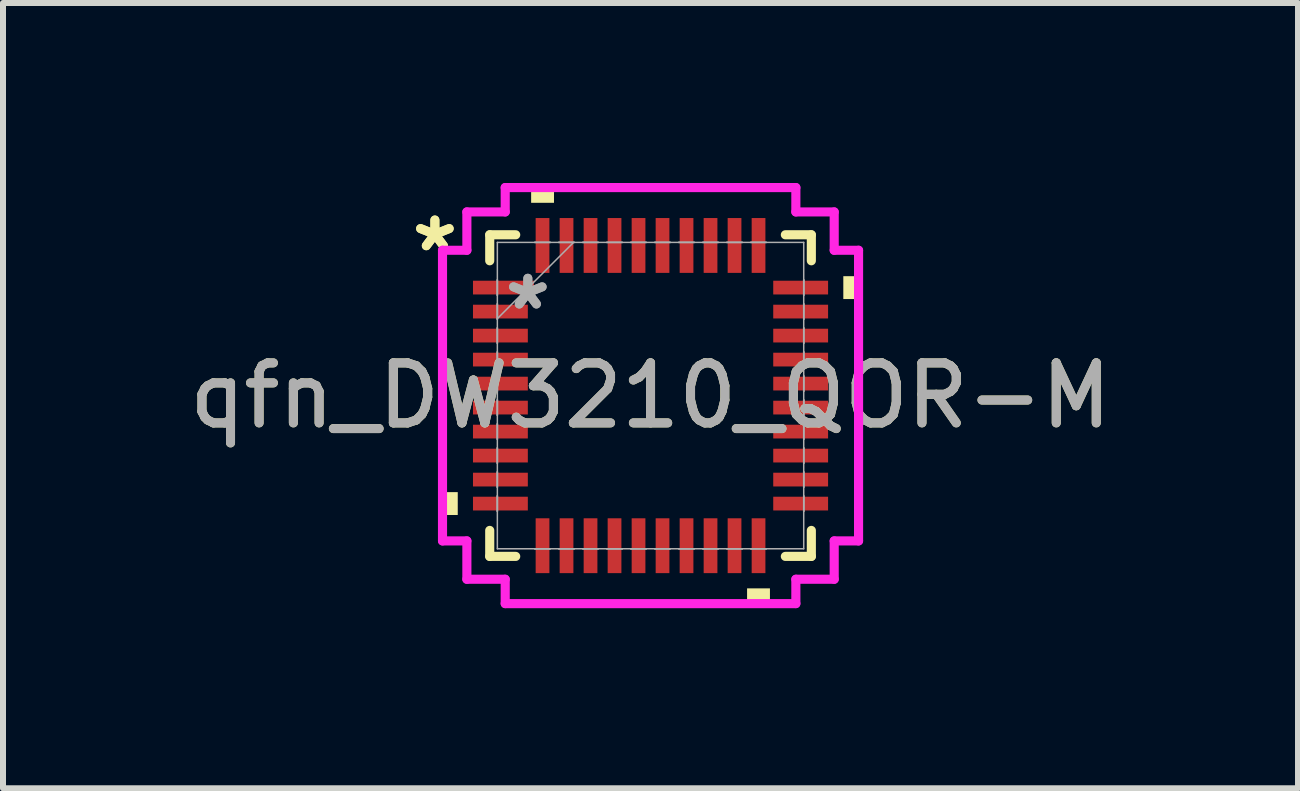
<source format=kicad_pcb>
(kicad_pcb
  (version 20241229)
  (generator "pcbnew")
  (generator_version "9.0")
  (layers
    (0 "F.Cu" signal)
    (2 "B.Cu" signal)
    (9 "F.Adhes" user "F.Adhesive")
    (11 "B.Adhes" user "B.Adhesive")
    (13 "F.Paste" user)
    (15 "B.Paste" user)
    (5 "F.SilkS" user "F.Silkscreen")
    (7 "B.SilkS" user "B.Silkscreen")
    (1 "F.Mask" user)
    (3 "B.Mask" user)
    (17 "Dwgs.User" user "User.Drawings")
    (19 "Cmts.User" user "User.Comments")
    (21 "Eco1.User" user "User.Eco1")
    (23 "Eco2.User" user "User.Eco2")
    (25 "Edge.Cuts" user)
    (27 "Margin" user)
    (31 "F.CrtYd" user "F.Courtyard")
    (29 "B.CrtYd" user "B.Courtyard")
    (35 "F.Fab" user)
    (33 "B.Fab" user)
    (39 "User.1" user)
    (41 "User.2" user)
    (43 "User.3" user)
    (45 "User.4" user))
  (footprint "qfn_DW3210_QOR-M"
    (layer "F.Cu")
    (at 7.792 3.543)
    (property "Reference" "qfn_DW3210_QOR-M" (at 0 0 0) (unlocked yes) (layer "F.SilkS") (effects (font (size 1 1) (thickness 0.15))))
    (attr smd)
    (fp_line (start -2.68 -2.68) (end -2.68 -2.247) (stroke (width 0.152) (type solid)) (layer "F.SilkS"))
    (fp_line (start -2.68 2.247) (end -2.68 2.68) (stroke (width 0.152) (type solid)) (layer "F.SilkS"))
    (fp_line (start -2.68 2.68) (end -2.247 2.68) (stroke (width 0.152) (type solid)) (layer "F.SilkS"))
    (fp_line (start -2.247 -2.68) (end -2.68 -2.68) (stroke (width 0.152) (type solid)) (layer "F.SilkS"))
    (fp_line (start 2.247 2.68) (end 2.68 2.68) (stroke (width 0.152) (type solid)) (layer "F.SilkS"))
    (fp_line (start 2.68 -2.68) (end 2.247 -2.68) (stroke (width 0.152) (type solid)) (layer "F.SilkS"))
    (fp_line (start 2.68 -2.247) (end 2.68 -2.68) (stroke (width 0.152) (type solid)) (layer "F.SilkS"))
    (fp_line (start 2.68 2.68) (end 2.68 2.247) (stroke (width 0.152) (type solid)) (layer "F.SilkS"))
    (fp_poly (pts (xy -3.467 1.609) (xy -3.467 1.99) (xy -3.213 1.99) (xy -3.213 1.609)) (stroke (width 0) (type solid)) (fill yes) (layer "F.SilkS"))
    (fp_poly (pts (xy -1.99 -3.213) (xy -1.99 -3.467) (xy -1.609 -3.467) (xy -1.609 -3.213)) (stroke (width 0) (type solid)) (fill yes) (layer "F.SilkS"))
    (fp_poly (pts (xy 1.609 3.213) (xy 1.609 3.467) (xy 1.99 3.467) (xy 1.99 3.213)) (stroke (width 0) (type solid)) (fill yes) (layer "F.SilkS"))
    (fp_poly (pts (xy 3.467 -1.99) (xy 3.467 -1.609) (xy 3.213 -1.609) (xy 3.213 -1.99)) (stroke (width 0) (type solid)) (fill yes) (layer "F.SilkS"))
    (fp_line (start -3.467 -2.422) (end -3.061 -2.422) (stroke (width 0.152) (type solid)) (layer "F.CrtYd"))
    (fp_line (start -3.467 2.422) (end -3.467 -2.422) (stroke (width 0.152) (type solid)) (layer "F.CrtYd"))
    (fp_line (start -3.467 2.422) (end -3.061 2.422) (stroke (width 0.152) (type solid)) (layer "F.CrtYd"))
    (fp_line (start -3.061 -3.061) (end -2.422 -3.061) (stroke (width 0.152) (type solid)) (layer "F.CrtYd"))
    (fp_line (start -3.061 -2.422) (end -3.061 -3.061) (stroke (width 0.152) (type solid)) (layer "F.CrtYd"))
    (fp_line (start -3.061 3.061) (end -3.061 2.422) (stroke (width 0.152) (type solid)) (layer "F.CrtYd"))
    (fp_line (start -2.422 -3.467) (end 2.422 -3.467) (stroke (width 0.152) (type solid)) (layer "F.CrtYd"))
    (fp_line (start -2.422 -3.061) (end -2.422 -3.467) (stroke (width 0.152) (type solid)) (layer "F.CrtYd"))
    (fp_line (start -2.422 3.061) (end -3.061 3.061) (stroke (width 0.152) (type solid)) (layer "F.CrtYd"))
    (fp_line (start -2.422 3.467) (end -2.422 3.061) (stroke (width 0.152) (type solid)) (layer "F.CrtYd"))
    (fp_line (start 2.422 -3.467) (end 2.422 -3.061) (stroke (width 0.152) (type solid)) (layer "F.CrtYd"))
    (fp_line (start 2.422 -3.061) (end 3.061 -3.061) (stroke (width 0.152) (type solid)) (layer "F.CrtYd"))
    (fp_line (start 2.422 3.061) (end 2.422 3.467) (stroke (width 0.152) (type solid)) (layer "F.CrtYd"))
    (fp_line (start 2.422 3.467) (end -2.422 3.467) (stroke (width 0.152) (type solid)) (layer "F.CrtYd"))
    (fp_line (start 3.061 -3.061) (end 3.061 -2.422) (stroke (width 0.152) (type solid)) (layer "F.CrtYd"))
    (fp_line (start 3.061 -2.422) (end 3.467 -2.422) (stroke (width 0.152) (type solid)) (layer "F.CrtYd"))
    (fp_line (start 3.061 2.422) (end 3.061 3.061) (stroke (width 0.152) (type solid)) (layer "F.CrtYd"))
    (fp_line (start 3.061 3.061) (end 2.422 3.061) (stroke (width 0.152) (type solid)) (layer "F.CrtYd"))
    (fp_line (start 3.467 -2.422) (end 3.467 2.422) (stroke (width 0.152) (type solid)) (layer "F.CrtYd"))
    (fp_line (start 3.467 2.422) (end 3.061 2.422) (stroke (width 0.152) (type solid)) (layer "F.CrtYd"))
    (fp_line (start -2.553 -2.553) (end -2.553 2.553) (stroke (width 0.025) (type solid)) (layer "F.Fab"))
    (fp_line (start -2.553 -1.927) (end -2.553 -1.927) (stroke (width 0.025) (type solid)) (layer "F.Fab"))
    (fp_line (start -2.553 -1.927) (end -2.553 -1.673) (stroke (width 0.025) (type solid)) (layer "F.Fab"))
    (fp_line (start -2.553 -1.673) (end -2.553 -1.927) (stroke (width 0.025) (type solid)) (layer "F.Fab"))
    (fp_line (start -2.553 -1.673) (end -2.553 -1.673) (stroke (width 0.025) (type solid)) (layer "F.Fab"))
    (fp_line (start -2.553 -1.527) (end -2.553 -1.527) (stroke (width 0.025) (type solid)) (layer "F.Fab"))
    (fp_line (start -2.553 -1.527) (end -2.553 -1.273) (stroke (width 0.025) (type solid)) (layer "F.Fab"))
    (fp_line (start -2.553 -1.283) (end -1.283 -2.553) (stroke (width 0.025) (type solid)) (layer "F.Fab"))
    (fp_line (start -2.553 -1.273) (end -2.553 -1.527) (stroke (width 0.025) (type solid)) (layer "F.Fab"))
    (fp_line (start -2.553 -1.273) (end -2.553 -1.273) (stroke (width 0.025) (type solid)) (layer "F.Fab"))
    (fp_line (start -2.553 -1.127) (end -2.553 -1.127) (stroke (width 0.025) (type solid)) (layer "F.Fab"))
    (fp_line (start -2.553 -1.127) (end -2.553 -0.873) (stroke (width 0.025) (type solid)) (layer "F.Fab"))
    (fp_line (start -2.553 -0.873) (end -2.553 -1.127) (stroke (width 0.025) (type solid)) (layer "F.Fab"))
    (fp_line (start -2.553 -0.873) (end -2.553 -0.873) (stroke (width 0.025) (type solid)) (layer "F.Fab"))
    (fp_line (start -2.553 -0.727) (end -2.553 -0.727) (stroke (width 0.025) (type solid)) (layer "F.Fab"))
    (fp_line (start -2.553 -0.727) (end -2.553 -0.473) (stroke (width 0.025) (type solid)) (layer "F.Fab"))
    (fp_line (start -2.553 -0.473) (end -2.553 -0.727) (stroke (width 0.025) (type solid)) (layer "F.Fab"))
    (fp_line (start -2.553 -0.473) (end -2.553 -0.473) (stroke (width 0.025) (type solid)) (layer "F.Fab"))
    (fp_line (start -2.553 -0.327) (end -2.553 -0.327) (stroke (width 0.025) (type solid)) (layer "F.Fab"))
    (fp_line (start -2.553 -0.327) (end -2.553 -0.073) (stroke (width 0.025) (type solid)) (layer "F.Fab"))
    (fp_line (start -2.553 -0.073) (end -2.553 -0.327) (stroke (width 0.025) (type solid)) (layer "F.Fab"))
    (fp_line (start -2.553 -0.073) (end -2.553 -0.073) (stroke (width 0.025) (type solid)) (layer "F.Fab"))
    (fp_line (start -2.553 0.073) (end -2.553 0.073) (stroke (width 0.025) (type solid)) (layer "F.Fab"))
    (fp_line (start -2.553 0.073) (end -2.553 0.327) (stroke (width 0.025) (type solid)) (layer "F.Fab"))
    (fp_line (start -2.553 0.327) (end -2.553 0.073) (stroke (width 0.025) (type solid)) (layer "F.Fab"))
    (fp_line (start -2.553 0.327) (end -2.553 0.327) (stroke (width 0.025) (type solid)) (layer "F.Fab"))
    (fp_line (start -2.553 0.473) (end -2.553 0.473) (stroke (width 0.025) (type solid)) (layer "F.Fab"))
    (fp_line (start -2.553 0.473) (end -2.553 0.727) (stroke (width 0.025) (type solid)) (layer "F.Fab"))
    (fp_line (start -2.553 0.727) (end -2.553 0.473) (stroke (width 0.025) (type solid)) (layer "F.Fab"))
    (fp_line (start -2.553 0.727) (end -2.553 0.727) (stroke (width 0.025) (type solid)) (layer "F.Fab"))
    (fp_line (start -2.553 0.873) (end -2.553 0.873) (stroke (width 0.025) (type solid)) (layer "F.Fab"))
    (fp_line (start -2.553 0.873) (end -2.553 1.127) (stroke (width 0.025) (type solid)) (layer "F.Fab"))
    (fp_line (start -2.553 1.127) (end -2.553 0.873) (stroke (width 0.025) (type solid)) (layer "F.Fab"))
    (fp_line (start -2.553 1.127) (end -2.553 1.127) (stroke (width 0.025) (type solid)) (layer "F.Fab"))
    (fp_line (start -2.553 1.273) (end -2.553 1.273) (stroke (width 0.025) (type solid)) (layer "F.Fab"))
    (fp_line (start -2.553 1.273) (end -2.553 1.527) (stroke (width 0.025) (type solid)) (layer "F.Fab"))
    (fp_line (start -2.553 1.527) (end -2.553 1.273) (stroke (width 0.025) (type solid)) (layer "F.Fab"))
    (fp_line (start -2.553 1.527) (end -2.553 1.527) (stroke (width 0.025) (type solid)) (layer "F.Fab"))
    (fp_line (start -2.553 1.673) (end -2.553 1.673) (stroke (width 0.025) (type solid)) (layer "F.Fab"))
    (fp_line (start -2.553 1.673) (end -2.553 1.927) (stroke (width 0.025) (type solid)) (layer "F.Fab"))
    (fp_line (start -2.553 1.927) (end -2.553 1.673) (stroke (width 0.025) (type solid)) (layer "F.Fab"))
    (fp_line (start -2.553 1.927) (end -2.553 1.927) (stroke (width 0.025) (type solid)) (layer "F.Fab"))
    (fp_line (start -2.553 2.553) (end 2.553 2.553) (stroke (width 0.025) (type solid)) (layer "F.Fab"))
    (fp_line (start -1.927 -2.553) (end -1.927 -2.553) (stroke (width 0.025) (type solid)) (layer "F.Fab"))
    (fp_line (start -1.927 -2.553) (end -1.673 -2.553) (stroke (width 0.025) (type solid)) (layer "F.Fab"))
    (fp_line (start -1.927 2.553) (end -1.927 2.553) (stroke (width 0.025) (type solid)) (layer "F.Fab"))
    (fp_line (start -1.927 2.553) (end -1.673 2.553) (stroke (width 0.025) (type solid)) (layer "F.Fab"))
    (fp_line (start -1.673 -2.553) (end -1.927 -2.553) (stroke (width 0.025) (type solid)) (layer "F.Fab"))
    (fp_line (start -1.673 -2.553) (end -1.673 -2.553) (stroke (width 0.025) (type solid)) (layer "F.Fab"))
    (fp_line (start -1.673 2.553) (end -1.927 2.553) (stroke (width 0.025) (type solid)) (layer "F.Fab"))
    (fp_line (start -1.673 2.553) (end -1.673 2.553) (stroke (width 0.025) (type solid)) (layer "F.Fab"))
    (fp_line (start -1.527 -2.553) (end -1.527 -2.553) (stroke (width 0.025) (type solid)) (layer "F.Fab"))
    (fp_line (start -1.527 -2.553) (end -1.273 -2.553) (stroke (width 0.025) (type solid)) (layer "F.Fab"))
    (fp_line (start -1.527 2.553) (end -1.527 2.553) (stroke (width 0.025) (type solid)) (layer "F.Fab"))
    (fp_line (start -1.527 2.553) (end -1.273 2.553) (stroke (width 0.025) (type solid)) (layer "F.Fab"))
    (fp_line (start -1.273 -2.553) (end -1.527 -2.553) (stroke (width 0.025) (type solid)) (layer "F.Fab"))
    (fp_line (start -1.273 -2.553) (end -1.273 -2.553) (stroke (width 0.025) (type solid)) (layer "F.Fab"))
    (fp_line (start -1.273 2.553) (end -1.527 2.553) (stroke (width 0.025) (type solid)) (layer "F.Fab"))
    (fp_line (start -1.273 2.553) (end -1.273 2.553) (stroke (width 0.025) (type solid)) (layer "F.Fab"))
    (fp_line (start -1.127 -2.553) (end -1.127 -2.553) (stroke (width 0.025) (type solid)) (layer "F.Fab"))
    (fp_line (start -1.127 -2.553) (end -0.873 -2.553) (stroke (width 0.025) (type solid)) (layer "F.Fab"))
    (fp_line (start -1.127 2.553) (end -1.127 2.553) (stroke (width 0.025) (type solid)) (layer "F.Fab"))
    (fp_line (start -1.127 2.553) (end -0.873 2.553) (stroke (width 0.025) (type solid)) (layer "F.Fab"))
    (fp_line (start -0.873 -2.553) (end -1.127 -2.553) (stroke (width 0.025) (type solid)) (layer "F.Fab"))
    (fp_line (start -0.873 -2.553) (end -0.873 -2.553) (stroke (width 0.025) (type solid)) (layer "F.Fab"))
    (fp_line (start -0.873 2.553) (end -1.127 2.553) (stroke (width 0.025) (type solid)) (layer "F.Fab"))
    (fp_line (start -0.873 2.553) (end -0.873 2.553) (stroke (width 0.025) (type solid)) (layer "F.Fab"))
    (fp_line (start -0.727 -2.553) (end -0.727 -2.553) (stroke (width 0.025) (type solid)) (layer "F.Fab"))
    (fp_line (start -0.727 -2.553) (end -0.473 -2.553) (stroke (width 0.025) (type solid)) (layer "F.Fab"))
    (fp_line (start -0.727 2.553) (end -0.727 2.553) (stroke (width 0.025) (type solid)) (layer "F.Fab"))
    (fp_line (start -0.727 2.553) (end -0.473 2.553) (stroke (width 0.025) (type solid)) (layer "F.Fab"))
    (fp_line (start -0.473 -2.553) (end -0.727 -2.553) (stroke (width 0.025) (type solid)) (layer "F.Fab"))
    (fp_line (start -0.473 -2.553) (end -0.473 -2.553) (stroke (width 0.025) (type solid)) (layer "F.Fab"))
    (fp_line (start -0.473 2.553) (end -0.727 2.553) (stroke (width 0.025) (type solid)) (layer "F.Fab"))
    (fp_line (start -0.473 2.553) (end -0.473 2.553) (stroke (width 0.025) (type solid)) (layer "F.Fab"))
    (fp_line (start -0.327 -2.553) (end -0.327 -2.553) (stroke (width 0.025) (type solid)) (layer "F.Fab"))
    (fp_line (start -0.327 -2.553) (end -0.073 -2.553) (stroke (width 0.025) (type solid)) (layer "F.Fab"))
    (fp_line (start -0.327 2.553) (end -0.327 2.553) (stroke (width 0.025) (type solid)) (layer "F.Fab"))
    (fp_line (start -0.327 2.553) (end -0.073 2.553) (stroke (width 0.025) (type solid)) (layer "F.Fab"))
    (fp_line (start -0.073 -2.553) (end -0.327 -2.553) (stroke (width 0.025) (type solid)) (layer "F.Fab"))
    (fp_line (start -0.073 -2.553) (end -0.073 -2.553) (stroke (width 0.025) (type solid)) (layer "F.Fab"))
    (fp_line (start -0.073 2.553) (end -0.327 2.553) (stroke (width 0.025) (type solid)) (layer "F.Fab"))
    (fp_line (start -0.073 2.553) (end -0.073 2.553) (stroke (width 0.025) (type solid)) (layer "F.Fab"))
    (fp_line (start 0.073 -2.553) (end 0.073 -2.553) (stroke (width 0.025) (type solid)) (layer "F.Fab"))
    (fp_line (start 0.073 -2.553) (end 0.327 -2.553) (stroke (width 0.025) (type solid)) (layer "F.Fab"))
    (fp_line (start 0.073 2.553) (end 0.073 2.553) (stroke (width 0.025) (type solid)) (layer "F.Fab"))
    (fp_line (start 0.073 2.553) (end 0.327 2.553) (stroke (width 0.025) (type solid)) (layer "F.Fab"))
    (fp_line (start 0.327 -2.553) (end 0.073 -2.553) (stroke (width 0.025) (type solid)) (layer "F.Fab"))
    (fp_line (start 0.327 -2.553) (end 0.327 -2.553) (stroke (width 0.025) (type solid)) (layer "F.Fab"))
    (fp_line (start 0.327 2.553) (end 0.073 2.553) (stroke (width 0.025) (type solid)) (layer "F.Fab"))
    (fp_line (start 0.327 2.553) (end 0.327 2.553) (stroke (width 0.025) (type solid)) (layer "F.Fab"))
    (fp_line (start 0.473 -2.553) (end 0.473 -2.553) (stroke (width 0.025) (type solid)) (layer "F.Fab"))
    (fp_line (start 0.473 -2.553) (end 0.727 -2.553) (stroke (width 0.025) (type solid)) (layer "F.Fab"))
    (fp_line (start 0.473 2.553) (end 0.473 2.553) (stroke (width 0.025) (type solid)) (layer "F.Fab"))
    (fp_line (start 0.473 2.553) (end 0.727 2.553) (stroke (width 0.025) (type solid)) (layer "F.Fab"))
    (fp_line (start 0.727 -2.553) (end 0.473 -2.553) (stroke (width 0.025) (type solid)) (layer "F.Fab"))
    (fp_line (start 0.727 -2.553) (end 0.727 -2.553) (stroke (width 0.025) (type solid)) (layer "F.Fab"))
    (fp_line (start 0.727 2.553) (end 0.473 2.553) (stroke (width 0.025) (type solid)) (layer "F.Fab"))
    (fp_line (start 0.727 2.553) (end 0.727 2.553) (stroke (width 0.025) (type solid)) (layer "F.Fab"))
    (fp_line (start 0.873 -2.553) (end 0.873 -2.553) (stroke (width 0.025) (type solid)) (layer "F.Fab"))
    (fp_line (start 0.873 -2.553) (end 1.127 -2.553) (stroke (width 0.025) (type solid)) (layer "F.Fab"))
    (fp_line (start 0.873 2.553) (end 0.873 2.553) (stroke (width 0.025) (type solid)) (layer "F.Fab"))
    (fp_line (start 0.873 2.553) (end 1.127 2.553) (stroke (width 0.025) (type solid)) (layer "F.Fab"))
    (fp_line (start 1.127 -2.553) (end 0.873 -2.553) (stroke (width 0.025) (type solid)) (layer "F.Fab"))
    (fp_line (start 1.127 -2.553) (end 1.127 -2.553) (stroke (width 0.025) (type solid)) (layer "F.Fab"))
    (fp_line (start 1.127 2.553) (end 0.873 2.553) (stroke (width 0.025) (type solid)) (layer "F.Fab"))
    (fp_line (start 1.127 2.553) (end 1.127 2.553) (stroke (width 0.025) (type solid)) (layer "F.Fab"))
    (fp_line (start 1.273 -2.553) (end 1.273 -2.553) (stroke (width 0.025) (type solid)) (layer "F.Fab"))
    (fp_line (start 1.273 -2.553) (end 1.527 -2.553) (stroke (width 0.025) (type solid)) (layer "F.Fab"))
    (fp_line (start 1.273 2.553) (end 1.273 2.553) (stroke (width 0.025) (type solid)) (layer "F.Fab"))
    (fp_line (start 1.273 2.553) (end 1.527 2.553) (stroke (width 0.025) (type solid)) (layer "F.Fab"))
    (fp_line (start 1.527 -2.553) (end 1.273 -2.553) (stroke (width 0.025) (type solid)) (layer "F.Fab"))
    (fp_line (start 1.527 -2.553) (end 1.527 -2.553) (stroke (width 0.025) (type solid)) (layer "F.Fab"))
    (fp_line (start 1.527 2.553) (end 1.273 2.553) (stroke (width 0.025) (type solid)) (layer "F.Fab"))
    (fp_line (start 1.527 2.553) (end 1.527 2.553) (stroke (width 0.025) (type solid)) (layer "F.Fab"))
    (fp_line (start 1.673 -2.553) (end 1.673 -2.553) (stroke (width 0.025) (type solid)) (layer "F.Fab"))
    (fp_line (start 1.673 -2.553) (end 1.927 -2.553) (stroke (width 0.025) (type solid)) (layer "F.Fab"))
    (fp_line (start 1.673 2.553) (end 1.673 2.553) (stroke (width 0.025) (type solid)) (layer "F.Fab"))
    (fp_line (start 1.673 2.553) (end 1.927 2.553) (stroke (width 0.025) (type solid)) (layer "F.Fab"))
    (fp_line (start 1.927 -2.553) (end 1.673 -2.553) (stroke (width 0.025) (type solid)) (layer "F.Fab"))
    (fp_line (start 1.927 -2.553) (end 1.927 -2.553) (stroke (width 0.025) (type solid)) (layer "F.Fab"))
    (fp_line (start 1.927 2.553) (end 1.673 2.553) (stroke (width 0.025) (type solid)) (layer "F.Fab"))
    (fp_line (start 1.927 2.553) (end 1.927 2.553) (stroke (width 0.025) (type solid)) (layer "F.Fab"))
    (fp_line (start 2.553 -2.553) (end -2.553 -2.553) (stroke (width 0.025) (type solid)) (layer "F.Fab"))
    (fp_line (start 2.553 -1.927) (end 2.553 -1.927) (stroke (width 0.025) (type solid)) (layer "F.Fab"))
    (fp_line (start 2.553 -1.927) (end 2.553 -1.673) (stroke (width 0.025) (type solid)) (layer "F.Fab"))
    (fp_line (start 2.553 -1.673) (end 2.553 -1.927) (stroke (width 0.025) (type solid)) (layer "F.Fab"))
    (fp_line (start 2.553 -1.673) (end 2.553 -1.673) (stroke (width 0.025) (type solid)) (layer "F.Fab"))
    (fp_line (start 2.553 -1.527) (end 2.553 -1.527) (stroke (width 0.025) (type solid)) (layer "F.Fab"))
    (fp_line (start 2.553 -1.527) (end 2.553 -1.273) (stroke (width 0.025) (type solid)) (layer "F.Fab"))
    (fp_line (start 2.553 -1.273) (end 2.553 -1.527) (stroke (width 0.025) (type solid)) (layer "F.Fab"))
    (fp_line (start 2.553 -1.273) (end 2.553 -1.273) (stroke (width 0.025) (type solid)) (layer "F.Fab"))
    (fp_line (start 2.553 -1.127) (end 2.553 -1.127) (stroke (width 0.025) (type solid)) (layer "F.Fab"))
    (fp_line (start 2.553 -1.127) (end 2.553 -0.873) (stroke (width 0.025) (type solid)) (layer "F.Fab"))
    (fp_line (start 2.553 -0.873) (end 2.553 -1.127) (stroke (width 0.025) (type solid)) (layer "F.Fab"))
    (fp_line (start 2.553 -0.873) (end 2.553 -0.873) (stroke (width 0.025) (type solid)) (layer "F.Fab"))
    (fp_line (start 2.553 -0.727) (end 2.553 -0.727) (stroke (width 0.025) (type solid)) (layer "F.Fab"))
    (fp_line (start 2.553 -0.727) (end 2.553 -0.473) (stroke (width 0.025) (type solid)) (layer "F.Fab"))
    (fp_line (start 2.553 -0.473) (end 2.553 -0.727) (stroke (width 0.025) (type solid)) (layer "F.Fab"))
    (fp_line (start 2.553 -0.473) (end 2.553 -0.473) (stroke (width 0.025) (type solid)) (layer "F.Fab"))
    (fp_line (start 2.553 -0.327) (end 2.553 -0.327) (stroke (width 0.025) (type solid)) (layer "F.Fab"))
    (fp_line (start 2.553 -0.327) (end 2.553 -0.073) (stroke (width 0.025) (type solid)) (layer "F.Fab"))
    (fp_line (start 2.553 -0.073) (end 2.553 -0.327) (stroke (width 0.025) (type solid)) (layer "F.Fab"))
    (fp_line (start 2.553 -0.073) (end 2.553 -0.073) (stroke (width 0.025) (type solid)) (layer "F.Fab"))
    (fp_line (start 2.553 0.073) (end 2.553 0.073) (stroke (width 0.025) (type solid)) (layer "F.Fab"))
    (fp_line (start 2.553 0.073) (end 2.553 0.327) (stroke (width 0.025) (type solid)) (layer "F.Fab"))
    (fp_line (start 2.553 0.327) (end 2.553 0.073) (stroke (width 0.025) (type solid)) (layer "F.Fab"))
    (fp_line (start 2.553 0.327) (end 2.553 0.327) (stroke (width 0.025) (type solid)) (layer "F.Fab"))
    (fp_line (start 2.553 0.473) (end 2.553 0.473) (stroke (width 0.025) (type solid)) (layer "F.Fab"))
    (fp_line (start 2.553 0.473) (end 2.553 0.727) (stroke (width 0.025) (type solid)) (layer "F.Fab"))
    (fp_line (start 2.553 0.727) (end 2.553 0.473) (stroke (width 0.025) (type solid)) (layer "F.Fab"))
    (fp_line (start 2.553 0.727) (end 2.553 0.727) (stroke (width 0.025) (type solid)) (layer "F.Fab"))
    (fp_line (start 2.553 0.873) (end 2.553 0.873) (stroke (width 0.025) (type solid)) (layer "F.Fab"))
    (fp_line (start 2.553 0.873) (end 2.553 1.127) (stroke (width 0.025) (type solid)) (layer "F.Fab"))
    (fp_line (start 2.553 1.127) (end 2.553 0.873) (stroke (width 0.025) (type solid)) (layer "F.Fab"))
    (fp_line (start 2.553 1.127) (end 2.553 1.127) (stroke (width 0.025) (type solid)) (layer "F.Fab"))
    (fp_line (start 2.553 1.273) (end 2.553 1.273) (stroke (width 0.025) (type solid)) (layer "F.Fab"))
    (fp_line (start 2.553 1.273) (end 2.553 1.527) (stroke (width 0.025) (type solid)) (layer "F.Fab"))
    (fp_line (start 2.553 1.527) (end 2.553 1.273) (stroke (width 0.025) (type solid)) (layer "F.Fab"))
    (fp_line (start 2.553 1.527) (end 2.553 1.527) (stroke (width 0.025) (type solid)) (layer "F.Fab"))
    (fp_line (start 2.553 1.673) (end 2.553 1.673) (stroke (width 0.025) (type solid)) (layer "F.Fab"))
    (fp_line (start 2.553 1.673) (end 2.553 1.927) (stroke (width 0.025) (type solid)) (layer "F.Fab"))
    (fp_line (start 2.553 1.927) (end 2.553 1.673) (stroke (width 0.025) (type solid)) (layer "F.Fab"))
    (fp_line (start 2.553 1.927) (end 2.553 1.927) (stroke (width 0.025) (type solid)) (layer "F.Fab"))
    (fp_line (start 2.553 2.553) (end 2.553 -2.553) (stroke (width 0.025) (type solid)) (layer "F.Fab"))
    (fp_text user "*" (at -3.594 -2.381 0) (unlocked yes) (layer "F.SilkS") (effects (font (size 1 1) (thickness 0.15))))
    (fp_text user "*" (at -3.594 -2.381 0) (layer "F.SilkS") (effects (font (size 1 1) (thickness 0.15))))
    (fp_text user "*" (at -2.045 -1.41 0) (layer "F.Fab") (effects (font (size 1 1) (thickness 0.15))))
    (fp_text user "${REFERENCE}" (at 0 0 0) (unlocked yes) (layer "F.Fab") (effects (font (size 1 1) (thickness 0.15))))
    (fp_text user "*" (at -2.045 -1.41 0) (unlocked yes) (layer "F.Fab") (effects (font (size 1 1) (thickness 0.15))))
    (pad "1" smd rect (at -2.451 -1.8 90) (size 0.229 1.016) (layers "F.Cu" "F.Mask" "F.Paste"))
    (pad "2" smd rect (at -2.502 -1.4 90) (size 0.229 0.914) (layers "F.Cu" "F.Mask" "F.Paste"))
    (pad "3" smd rect (at -2.502 -1 90) (size 0.229 0.914) (layers "F.Cu" "F.Mask" "F.Paste"))
    (pad "4" smd rect (at -2.502 -0.6 90) (size 0.229 0.914) (layers "F.Cu" "F.Mask" "F.Paste"))
    (pad "5" smd rect (at -2.502 -0.2 90) (size 0.229 0.914) (layers "F.Cu" "F.Mask" "F.Paste"))
    (pad "6" smd rect (at -2.502 0.2 90) (size 0.229 0.914) (layers "F.Cu" "F.Mask" "F.Paste"))
    (pad "7" smd rect (at -2.502 0.6 90) (size 0.229 0.914) (layers "F.Cu" "F.Mask" "F.Paste"))
    (pad "8" smd rect (at -2.502 1 90) (size 0.229 0.914) (layers "F.Cu" "F.Mask" "F.Paste"))
    (pad "9" smd rect (at -2.502 1.4 90) (size 0.229 0.914) (layers "F.Cu" "F.Mask" "F.Paste"))
    (pad "10" smd rect (at -2.502 1.8 90) (size 0.229 0.914) (layers "F.Cu" "F.Mask" "F.Paste"))
    (pad "11" smd rect (at -1.8 2.502) (size 0.229 0.914) (layers "F.Cu" "F.Mask" "F.Paste"))
    (pad "12" smd rect (at -1.4 2.502) (size 0.229 0.914) (layers "F.Cu" "F.Mask" "F.Paste"))
    (pad "13" smd rect (at -1 2.502) (size 0.229 0.914) (layers "F.Cu" "F.Mask" "F.Paste"))
    (pad "14" smd rect (at -0.6 2.502) (size 0.229 0.914) (layers "F.Cu" "F.Mask" "F.Paste"))
    (pad "15" smd rect (at -0.2 2.502) (size 0.229 0.914) (layers "F.Cu" "F.Mask" "F.Paste"))
    (pad "16" smd rect (at 0.2 2.502) (size 0.229 0.914) (layers "F.Cu" "F.Mask" "F.Paste"))
    (pad "17" smd rect (at 0.6 2.502) (size 0.229 0.914) (layers "F.Cu" "F.Mask" "F.Paste"))
    (pad "18" smd rect (at 1 2.502) (size 0.229 0.914) (layers "F.Cu" "F.Mask" "F.Paste"))
    (pad "19" smd rect (at 1.4 2.502) (size 0.229 0.914) (layers "F.Cu" "F.Mask" "F.Paste"))
    (pad "20" smd rect (at 1.8 2.502) (size 0.229 0.914) (layers "F.Cu" "F.Mask" "F.Paste"))
    (pad "21" smd rect (at 2.502 1.8 90) (size 0.229 0.914) (layers "F.Cu" "F.Mask" "F.Paste"))
    (pad "22" smd rect (at 2.502 1.4 90) (size 0.229 0.914) (layers "F.Cu" "F.Mask" "F.Paste"))
    (pad "23" smd rect (at 2.502 1 90) (size 0.229 0.914) (layers "F.Cu" "F.Mask" "F.Paste"))
    (pad "24" smd rect (at 2.502 0.6 90) (size 0.229 0.914) (layers "F.Cu" "F.Mask" "F.Paste"))
    (pad "25" smd rect (at 2.502 0.2 90) (size 0.229 0.914) (layers "F.Cu" "F.Mask" "F.Paste"))
    (pad "26" smd rect (at 2.502 -0.2 90) (size 0.229 0.914) (layers "F.Cu" "F.Mask" "F.Paste"))
    (pad "27" smd rect (at 2.502 -0.6 90) (size 0.229 0.914) (layers "F.Cu" "F.Mask" "F.Paste"))
    (pad "28" smd rect (at 2.502 -1 90) (size 0.229 0.914) (layers "F.Cu" "F.Mask" "F.Paste"))
    (pad "29" smd rect (at 2.502 -1.4 90) (size 0.229 0.914) (layers "F.Cu" "F.Mask" "F.Paste"))
    (pad "30" smd rect (at 2.502 -1.8 90) (size 0.229 0.914) (layers "F.Cu" "F.Mask" "F.Paste"))
    (pad "31" smd rect (at 1.8 -2.502) (size 0.229 0.914) (layers "F.Cu" "F.Mask" "F.Paste"))
    (pad "32" smd rect (at 1.4 -2.502) (size 0.229 0.914) (layers "F.Cu" "F.Mask" "F.Paste"))
    (pad "33" smd rect (at 1 -2.502) (size 0.229 0.914) (layers "F.Cu" "F.Mask" "F.Paste"))
    (pad "34" smd rect (at 0.6 -2.502) (size 0.229 0.914) (layers "F.Cu" "F.Mask" "F.Paste"))
    (pad "35" smd rect (at 0.2 -2.502) (size 0.229 0.914) (layers "F.Cu" "F.Mask" "F.Paste"))
    (pad "36" smd rect (at -0.2 -2.502) (size 0.229 0.914) (layers "F.Cu" "F.Mask" "F.Paste"))
    (pad "37" smd rect (at -0.6 -2.502) (size 0.229 0.914) (layers "F.Cu" "F.Mask" "F.Paste"))
    (pad "38" smd rect (at -1 -2.502) (size 0.229 0.914) (layers "F.Cu" "F.Mask" "F.Paste"))
    (pad "39" smd rect (at -1.4 -2.502) (size 0.229 0.914) (layers "F.Cu" "F.Mask" "F.Paste"))
    (pad "40" smd rect (at -1.8 -2.502) (size 0.229 0.914) (layers "F.Cu" "F.Mask" "F.Paste")))
  (gr_rect
    (start -3 -3)
    (end 18.583 10.087)
    (stroke (width 0.1) (type default))
    (fill no)
    (layer "Edge.Cuts")))
</source>
